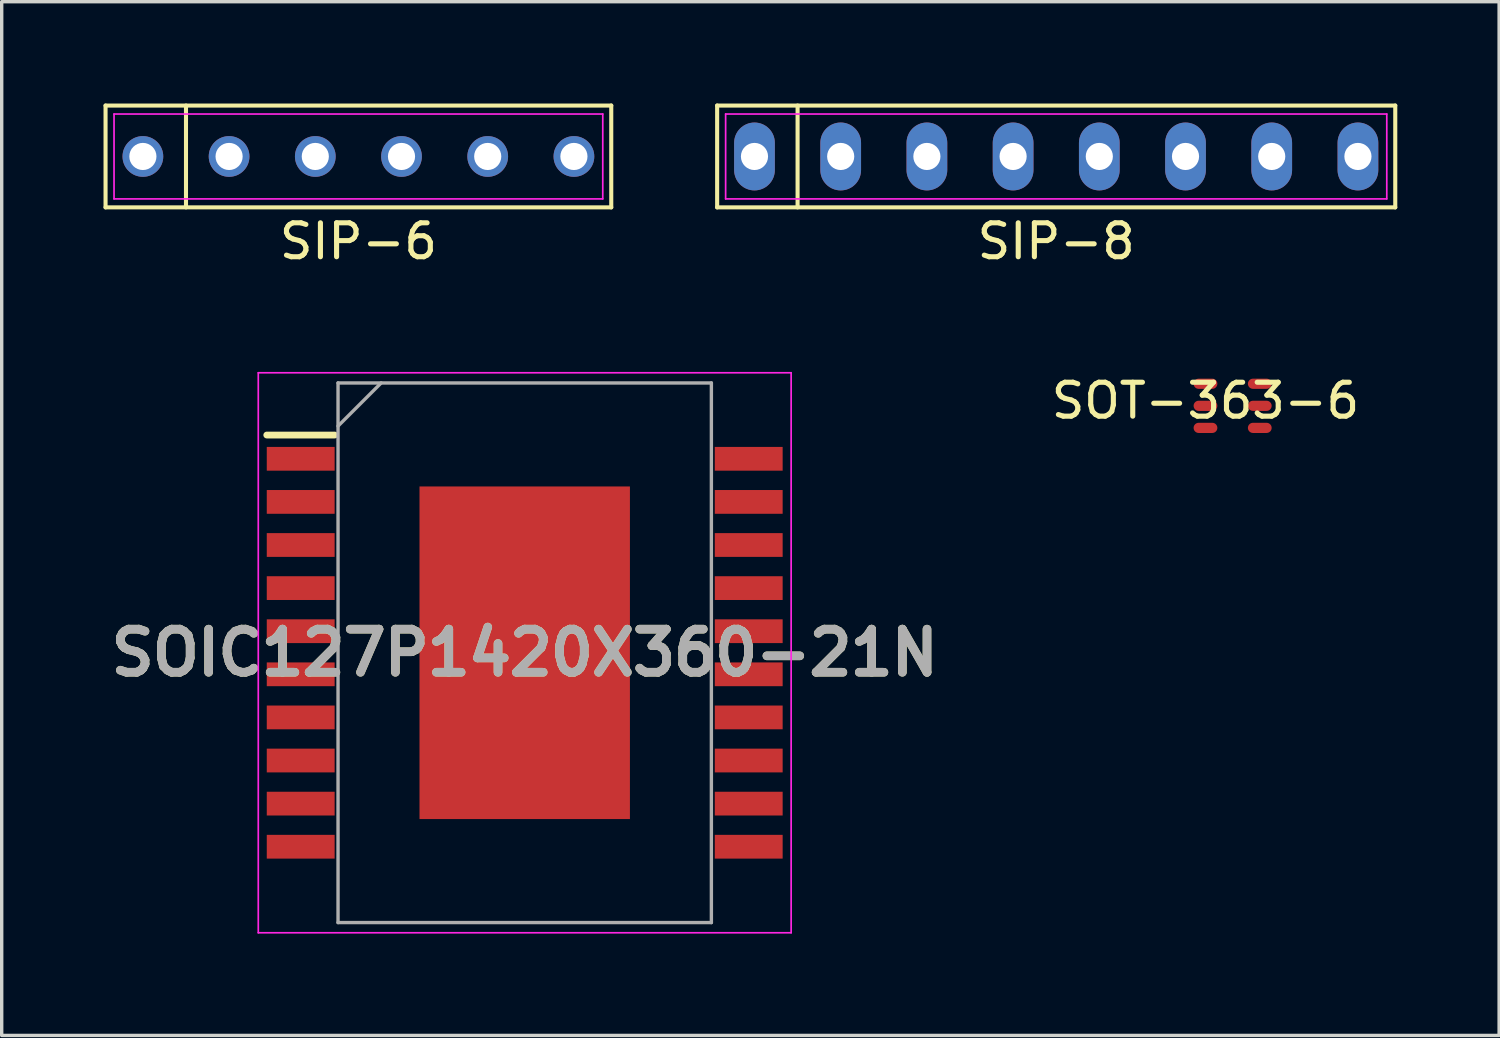
<source format=kicad_pcb>
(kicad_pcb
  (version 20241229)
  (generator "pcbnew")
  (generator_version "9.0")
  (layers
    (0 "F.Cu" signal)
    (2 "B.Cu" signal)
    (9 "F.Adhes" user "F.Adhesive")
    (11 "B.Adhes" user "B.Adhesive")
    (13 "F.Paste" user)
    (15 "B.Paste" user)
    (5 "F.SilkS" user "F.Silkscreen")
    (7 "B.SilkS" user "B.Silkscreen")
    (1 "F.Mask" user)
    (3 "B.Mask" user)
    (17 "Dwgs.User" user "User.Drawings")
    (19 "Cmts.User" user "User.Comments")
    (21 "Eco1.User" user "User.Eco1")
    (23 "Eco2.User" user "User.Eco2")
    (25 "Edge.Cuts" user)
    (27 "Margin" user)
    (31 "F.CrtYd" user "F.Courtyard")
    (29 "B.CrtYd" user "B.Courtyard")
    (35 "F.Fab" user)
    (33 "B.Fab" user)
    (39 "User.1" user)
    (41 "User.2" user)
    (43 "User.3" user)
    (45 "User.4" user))
  (footprint "SIP-8"
    (layer "F.Cu")
    (at 28.07 1.56)
    (property "Reference" "SIP-8" (at 0 2.5 0) (layer "F.SilkS") (effects (font (size 1 1) (thickness 0.15))))
    (attr through_hole)
    (fp_line (start -9.99 -1.5) (end 9.99 -1.5) (stroke (width 0.12) (type solid)) (layer "F.SilkS"))
    (fp_line (start -9.99 1.5) (end -9.99 -1.5) (stroke (width 0.12) (type solid)) (layer "F.SilkS"))
    (fp_line (start -7.62 -1.5) (end -7.62 1.5) (stroke (width 0.12) (type solid)) (layer "F.SilkS"))
    (fp_line (start 9.99 -1.5) (end 9.99 1.5) (stroke (width 0.12) (type solid)) (layer "F.SilkS"))
    (fp_line (start 9.99 1.5) (end -9.99 1.5) (stroke (width 0.12) (type solid)) (layer "F.SilkS"))
    (fp_line (start -9.74 -1.25) (end 9.74 -1.25) (stroke (width 0.05) (type solid)) (layer "F.CrtYd"))
    (fp_line (start -9.74 1.25) (end -9.74 -1.25) (stroke (width 0.05) (type solid)) (layer "F.CrtYd"))
    (fp_line (start 9.74 -1.25) (end 9.74 1.25) (stroke (width 0.05) (type solid)) (layer "F.CrtYd"))
    (fp_line (start 9.74 1.25) (end -9.74 1.25) (stroke (width 0.05) (type solid)) (layer "F.CrtYd"))
    (pad "1" thru_hole oval (at -8.89 0) (size 1.2 2) (drill 0.8) (layers "*.Cu" "*.Mask"))
    (pad "2" thru_hole oval (at -6.35 0) (size 1.2 2) (drill 0.8) (layers "*.Cu" "*.Mask"))
    (pad "3" thru_hole oval (at -3.81 0) (size 1.2 2) (drill 0.8) (layers "*.Cu" "*.Mask"))
    (pad "4" thru_hole oval (at -1.27 0) (size 1.2 2) (drill 0.8) (layers "*.Cu" "*.Mask"))
    (pad "5" thru_hole oval (at 1.27 0) (size 1.2 2) (drill 0.8) (layers "*.Cu" "*.Mask"))
    (pad "6" thru_hole oval (at 3.81 0) (size 1.2 2) (drill 0.8) (layers "*.Cu" "*.Mask"))
    (pad "7" thru_hole oval (at 6.35 0) (size 1.2 2) (drill 0.8) (layers "*.Cu" "*.Mask"))
    (pad "8" thru_hole oval (at 8.89 0) (size 1.2 2) (drill 0.8) (layers "*.Cu" "*.Mask")))
  (footprint "SOIC127P1420X360-21N"
    (layer "F.Cu")
    (at 12.41 16.183)
    (property "Reference" "SOIC127P1420X360-21N" (at 0 0 0) (layer "F.SilkS") (effects (font (size 1.27 1.27) (thickness 0.254))))
    (attr smd)
    (fp_line (start -7.6 -6.415) (end -5.6 -6.415) (stroke (width 0.2) (type solid)) (layer "F.SilkS"))
    (fp_line (start -7.85 -8.25) (end 7.85 -8.25) (stroke (width 0.05) (type solid)) (layer "F.CrtYd"))
    (fp_line (start -7.85 8.25) (end -7.85 -8.25) (stroke (width 0.05) (type solid)) (layer "F.CrtYd"))
    (fp_line (start 7.85 -8.25) (end 7.85 8.25) (stroke (width 0.05) (type solid)) (layer "F.CrtYd"))
    (fp_line (start 7.85 8.25) (end -7.85 8.25) (stroke (width 0.05) (type solid)) (layer "F.CrtYd"))
    (fp_line (start -5.5 -7.95) (end 5.5 -7.95) (stroke (width 0.1) (type solid)) (layer "F.Fab"))
    (fp_line (start -5.5 -6.68) (end -4.23 -7.95) (stroke (width 0.1) (type solid)) (layer "F.Fab"))
    (fp_line (start -5.5 7.95) (end -5.5 -7.95) (stroke (width 0.1) (type solid)) (layer "F.Fab"))
    (fp_line (start 5.5 -7.95) (end 5.5 7.95) (stroke (width 0.1) (type solid)) (layer "F.Fab"))
    (fp_line (start 5.5 7.95) (end -5.5 7.95) (stroke (width 0.1) (type solid)) (layer "F.Fab"))
    (fp_text user "${REFERENCE}" (at 0 0 0) (layer "F.Fab") (effects (font (size 1.27 1.27) (thickness 0.254))))
    (pad "1" smd rect (at -6.6 -5.715 90) (size 0.7 2) (layers "F.Cu" "F.Mask" "F.Paste"))
    (pad "2" smd rect (at -6.6 -4.445 90) (size 0.7 2) (layers "F.Cu" "F.Mask" "F.Paste"))
    (pad "3" smd rect (at -6.6 -3.175 90) (size 0.7 2) (layers "F.Cu" "F.Mask" "F.Paste"))
    (pad "4" smd rect (at -6.6 -1.905 90) (size 0.7 2) (layers "F.Cu" "F.Mask" "F.Paste"))
    (pad "5" smd rect (at -6.6 -0.635 90) (size 0.7 2) (layers "F.Cu" "F.Mask" "F.Paste"))
    (pad "6" smd rect (at -6.6 0.635 90) (size 0.7 2) (layers "F.Cu" "F.Mask" "F.Paste"))
    (pad "7" smd rect (at -6.6 1.905 90) (size 0.7 2) (layers "F.Cu" "F.Mask" "F.Paste"))
    (pad "8" smd rect (at -6.6 3.175 90) (size 0.7 2) (layers "F.Cu" "F.Mask" "F.Paste"))
    (pad "9" smd rect (at -6.6 4.445 90) (size 0.7 2) (layers "F.Cu" "F.Mask" "F.Paste"))
    (pad "10" smd rect (at -6.6 5.715 90) (size 0.7 2) (layers "F.Cu" "F.Mask" "F.Paste"))
    (pad "11" smd rect (at 6.6 5.715 90) (size 0.7 2) (layers "F.Cu" "F.Mask" "F.Paste"))
    (pad "12" smd rect (at 6.6 4.445 90) (size 0.7 2) (layers "F.Cu" "F.Mask" "F.Paste"))
    (pad "13" smd rect (at 6.6 3.175 90) (size 0.7 2) (layers "F.Cu" "F.Mask" "F.Paste"))
    (pad "14" smd rect (at 6.6 1.905 90) (size 0.7 2) (layers "F.Cu" "F.Mask" "F.Paste"))
    (pad "15" smd rect (at 6.6 0.635 90) (size 0.7 2) (layers "F.Cu" "F.Mask" "F.Paste"))
    (pad "16" smd rect (at 6.6 -0.635 90) (size 0.7 2) (layers "F.Cu" "F.Mask" "F.Paste"))
    (pad "17" smd rect (at 6.6 -1.905 90) (size 0.7 2) (layers "F.Cu" "F.Mask" "F.Paste"))
    (pad "18" smd rect (at 6.6 -3.175 90) (size 0.7 2) (layers "F.Cu" "F.Mask" "F.Paste"))
    (pad "19" smd rect (at 6.6 -4.445 90) (size 0.7 2) (layers "F.Cu" "F.Mask" "F.Paste"))
    (pad "20" smd rect (at 6.6 -5.715 90) (size 0.7 2) (layers "F.Cu" "F.Mask" "F.Paste"))
    (pad "21" smd rect (at 0 0) (size 6.2 9.8) (layers "F.Cu" "F.Mask" "F.Paste")))
  (footprint "SIP-6"
    (layer "F.Cu")
    (at 7.51 1.56)
    (property "Reference" "SIP-6" (at 0 2.5 0) (layer "F.SilkS") (effects (font (size 1 1) (thickness 0.15))))
    (attr through_hole)
    (fp_line (start -7.45 -1.5) (end 7.45 -1.5) (stroke (width 0.12) (type solid)) (layer "F.SilkS"))
    (fp_line (start -7.45 1.5) (end -7.45 -1.5) (stroke (width 0.12) (type solid)) (layer "F.SilkS"))
    (fp_line (start -5.08 -1.5) (end -5.08 1.5) (stroke (width 0.12) (type solid)) (layer "F.SilkS"))
    (fp_line (start 7.45 -1.5) (end 7.45 1.5) (stroke (width 0.12) (type solid)) (layer "F.SilkS"))
    (fp_line (start 7.45 1.5) (end -7.45 1.5) (stroke (width 0.12) (type solid)) (layer "F.SilkS"))
    (fp_line (start -7.2 -1.25) (end 7.2 -1.25) (stroke (width 0.05) (type solid)) (layer "F.CrtYd"))
    (fp_line (start -7.2 1.25) (end -7.2 -1.25) (stroke (width 0.05) (type solid)) (layer "F.CrtYd"))
    (fp_line (start 7.2 -1.25) (end 7.2 1.25) (stroke (width 0.05) (type solid)) (layer "F.CrtYd"))
    (fp_line (start 7.2 1.25) (end -7.2 1.25) (stroke (width 0.05) (type solid)) (layer "F.CrtYd"))
    (pad "1" thru_hole oval (at -6.35 0) (size 1.2 1.2) (drill 0.8) (layers "*.Cu" "*.Mask"))
    (pad "2" thru_hole oval (at -3.81 0) (size 1.2 1.2) (drill 0.8) (layers "*.Cu" "*.Mask"))
    (pad "3" thru_hole oval (at -1.27 0) (size 1.2 1.2) (drill 0.8) (layers "*.Cu" "*.Mask"))
    (pad "4" thru_hole oval (at 1.27 0) (size 1.2 1.2) (drill 0.8) (layers "*.Cu" "*.Mask"))
    (pad "5" thru_hole oval (at 3.81 0) (size 1.2 1.2) (drill 0.8) (layers "*.Cu" "*.Mask"))
    (pad "6" thru_hole oval (at 6.35 0) (size 1.2 1.2) (drill 0.8) (layers "*.Cu" "*.Mask")))
  (footprint "SOT-363-6"
    (layer "F.Cu")
    (at 32.468 8.257)
    (property "Reference" "SOT-363-6" (at 0 0.5 0) (layer "F.SilkS") (effects (font (size 1 1) (thickness 0.15))))
    (attr through_hole)
    (pad "1" smd oval (at 0 0) (size 0.7 0.3) (layers "F.Cu" "F.Mask" "F.Paste"))
    (pad "2" smd oval (at 0 0.65) (size 0.7 0.3) (layers "F.Cu" "F.Mask" "F.Paste"))
    (pad "3" smd oval (at 0 1.3) (size 0.7 0.3) (layers "F.Cu" "F.Mask" "F.Paste"))
    (pad "4" smd oval (at 1.6 1.3) (size 0.7 0.3) (layers "F.Cu" "F.Mask" "F.Paste"))
    (pad "5" smd oval (at 1.6 0.65) (size 0.7 0.3) (layers "F.Cu" "F.Mask" "F.Paste"))
    (pad "6" smd oval (at 1.6 0) (size 0.7 0.3) (layers "F.Cu" "F.Mask" "F.Paste")))
  (gr_rect
    (start -3 -3)
    (end 41.12 27.458)
    (stroke (width 0.1) (type default))
    (fill no)
    (layer "Edge.Cuts")))
</source>
